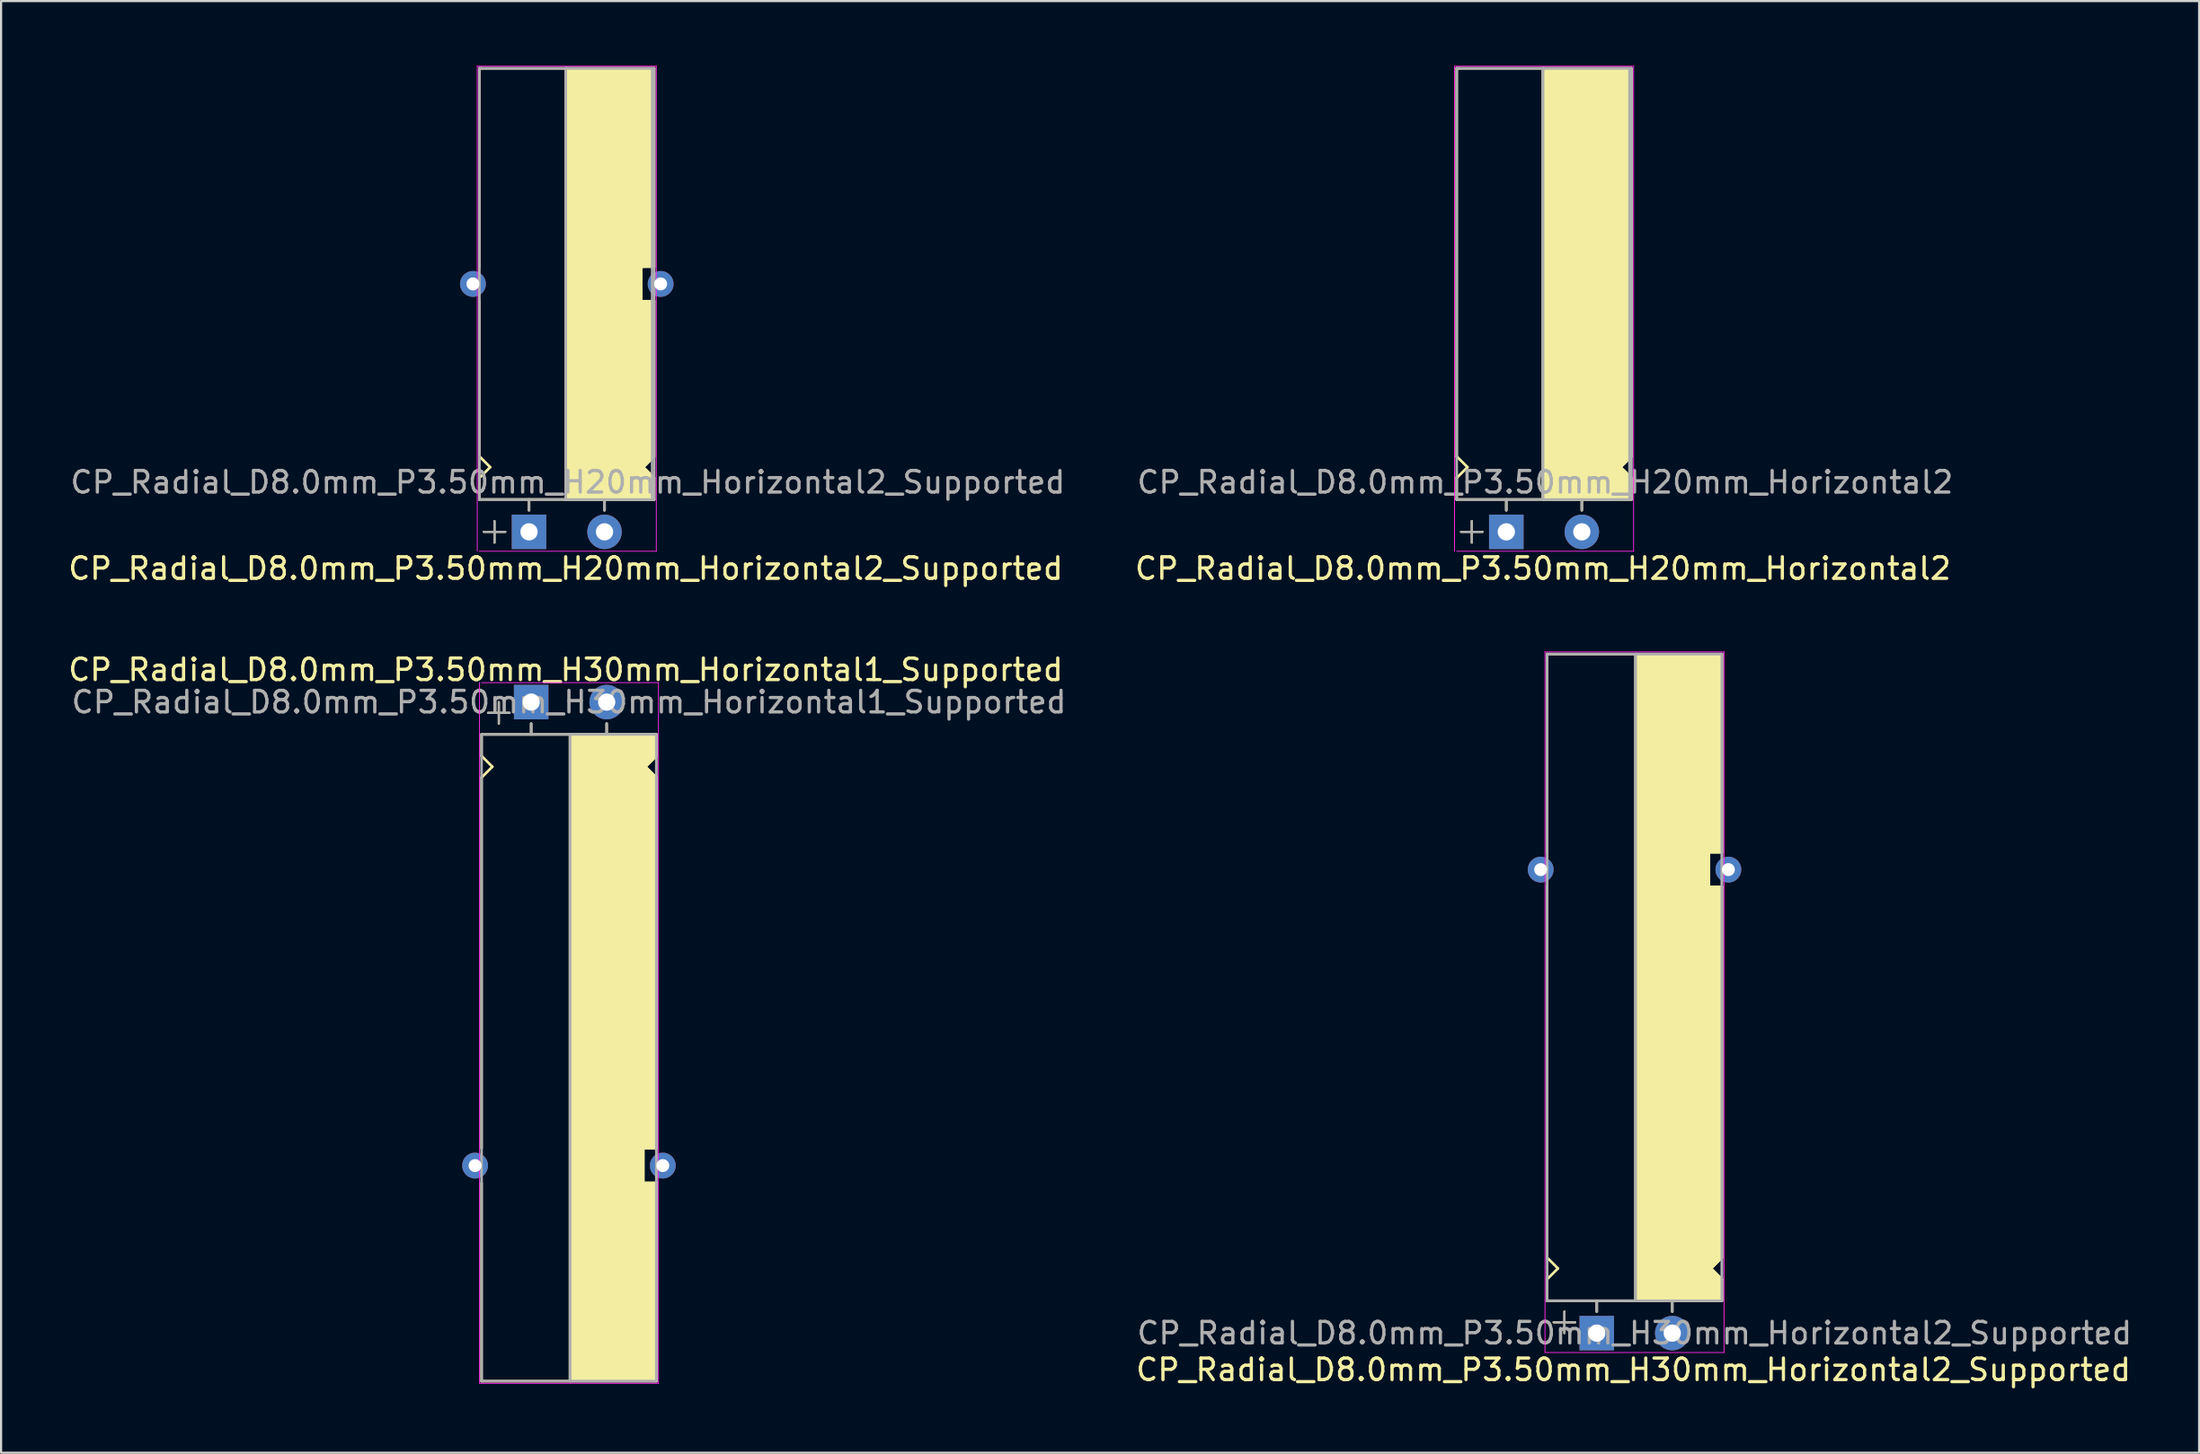
<source format=kicad_pcb>
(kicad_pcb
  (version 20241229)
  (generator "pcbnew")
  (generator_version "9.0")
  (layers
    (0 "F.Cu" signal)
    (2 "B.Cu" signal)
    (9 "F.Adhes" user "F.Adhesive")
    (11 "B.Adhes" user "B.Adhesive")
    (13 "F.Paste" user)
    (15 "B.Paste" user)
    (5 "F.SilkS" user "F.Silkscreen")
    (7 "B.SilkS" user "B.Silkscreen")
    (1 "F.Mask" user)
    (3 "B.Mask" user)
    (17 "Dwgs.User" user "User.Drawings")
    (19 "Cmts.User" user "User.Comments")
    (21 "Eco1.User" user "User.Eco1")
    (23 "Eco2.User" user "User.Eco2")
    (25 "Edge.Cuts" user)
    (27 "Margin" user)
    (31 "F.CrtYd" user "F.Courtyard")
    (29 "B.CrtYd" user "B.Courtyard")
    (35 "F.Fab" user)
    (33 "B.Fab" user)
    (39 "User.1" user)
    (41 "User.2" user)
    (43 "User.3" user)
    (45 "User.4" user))
  (footprint "CP_Radial_D8.0mm_P3.50mm_H20mm_Horizontal2_Supported"
    (layer "F.Cu")
    (at 21.473 21.62)
    (property "Reference" "CP_Radial_D8.0mm_P3.50mm_H20mm_Horizontal2_Supported" (at 1.7 1.7 0) (layer "F.SilkS") (effects (font (size 1 1) (thickness 0.15))))
    (attr through_hole)
    (fp_line (start -2.3 -21.5) (end -2.3 -12.3) (stroke (width 0.12) (type solid)) (layer "F.SilkS"))
    (fp_line (start -2.3 -21.5) (end -2.2 -21.5) (stroke (width 0.12) (type solid)) (layer "F.SilkS"))
    (fp_line (start -2.3 -3.5) (end -2.3 -10.7) (stroke (width 0.12) (type solid)) (layer "F.SilkS"))
    (fp_line (start -2.3 -3.5) (end -1.8 -3) (stroke (width 0.12) (type solid)) (layer "F.SilkS"))
    (fp_line (start -2.3 -2.5) (end -2.3 -1.5) (stroke (width 0.12) (type solid)) (layer "F.SilkS"))
    (fp_line (start -2.1 0) (end -1.1 0) (stroke (width 0.1) (type solid)) (layer "F.SilkS"))
    (fp_line (start -1.8 -3) (end -2.3 -2.5) (stroke (width 0.12) (type solid)) (layer "F.SilkS"))
    (fp_line (start -1.6 0.5) (end -1.6 -0.5) (stroke (width 0.1) (type solid)) (layer "F.SilkS"))
    (fp_line (start 0 -1) (end 0 -1.5) (stroke (width 0.12) (type solid)) (layer "F.SilkS"))
    (fp_line (start 1.7 -21.5) (end 1.7 -1.5) (stroke (width 0.12) (type solid)) (layer "F.SilkS"))
    (fp_line (start 3.5 -1) (end 3.5 -1.5) (stroke (width 0.12) (type solid)) (layer "F.SilkS"))
    (fp_line (start 5.2 -12.3) (end 5.2 -10.7) (stroke (width 0.12) (type solid)) (layer "F.SilkS"))
    (fp_line (start 5.2 -10.7) (end 5.8 -10.7) (stroke (width 0.12) (type solid)) (layer "F.SilkS"))
    (fp_line (start 5.3 -12.3) (end 5.2 -12.3) (stroke (width 0.12) (type solid)) (layer "F.SilkS"))
    (fp_line (start 5.3 -3) (end 5.8 -2.5) (stroke (width 0.12) (type solid)) (layer "F.SilkS"))
    (fp_line (start 5.8 -21.5) (end -2.2 -21.5) (stroke (width 0.12) (type solid)) (layer "F.SilkS"))
    (fp_line (start 5.8 -21.5) (end 5.8 -12.3) (stroke (width 0.12) (type solid)) (layer "F.SilkS"))
    (fp_line (start 5.8 -12.3) (end 5.3 -12.3) (stroke (width 0.12) (type solid)) (layer "F.SilkS"))
    (fp_line (start 5.8 -3.5) (end 5.3 -3) (stroke (width 0.12) (type solid)) (layer "F.SilkS"))
    (fp_line (start 5.8 -3.5) (end 5.8 -10.7) (stroke (width 0.12) (type solid)) (layer "F.SilkS"))
    (fp_line (start 5.8 -2.5) (end 5.8 -1.5) (stroke (width 0.12) (type solid)) (layer "F.SilkS"))
    (fp_line (start 5.8 -1.5) (end -2.3 -1.5) (stroke (width 0.12) (type solid)) (layer "F.SilkS"))
    (fp_poly (pts (xy 5.8 -12.3) (xy 5.2 -12.3) (xy 5.2 -10.7) (xy 5.8 -10.7) (xy 5.8 -3.5) (xy 5.3 -3) (xy 5.8 -2.5) (xy 5.8 -1.5) (xy 1.7 -1.5) (xy 1.7 -21.5) (xy 5.8 -21.5)) (stroke (width 0.1) (type solid)) (fill yes) (layer "F.SilkS"))
    (fp_line (start -2.4 -21.6) (end 5.9 -21.6) (stroke (width 0.04) (type solid)) (layer "F.CrtYd"))
    (fp_line (start -2.4 0.9) (end -2.4 -21.6) (stroke (width 0.04) (type solid)) (layer "F.CrtYd"))
    (fp_line (start -2.3 0.9) (end 5.9 0.9) (stroke (width 0.04) (type solid)) (layer "F.CrtYd"))
    (fp_line (start 5.9 -21.6) (end 5.9 -1.5) (stroke (width 0.04) (type solid)) (layer "F.CrtYd"))
    (fp_line (start 5.9 -1.5) (end 5.9 0.9) (stroke (width 0.04) (type solid)) (layer "F.CrtYd"))
    (fp_line (start -2.3 -21.5) (end 5.8 -21.5) (stroke (width 0.12) (type solid)) (layer "F.Fab"))
    (fp_line (start -2.3 -1.5) (end -2.3 -21.5) (stroke (width 0.12) (type solid)) (layer "F.Fab"))
    (fp_line (start -2.1 0) (end -1.1 0) (stroke (width 0.1) (type solid)) (layer "F.Fab"))
    (fp_line (start -1.6 0.5) (end -1.6 -0.5) (stroke (width 0.1) (type solid)) (layer "F.Fab"))
    (fp_line (start 0 -1.5) (end 0 -1) (stroke (width 0.12) (type solid)) (layer "F.Fab"))
    (fp_line (start 1.7 -1.5) (end 1.7 -21.5) (stroke (width 0.12) (type solid)) (layer "F.Fab"))
    (fp_line (start 3.5 -1.5) (end 3.5 -1) (stroke (width 0.12) (type solid)) (layer "F.Fab"))
    (fp_line (start 5.8 -21.5) (end 5.8 -1.5) (stroke (width 0.12) (type solid)) (layer "F.Fab"))
    (fp_line (start 5.8 -1.5) (end -2.3 -1.5) (stroke (width 0.12) (type solid)) (layer "F.Fab"))
    (fp_poly (pts (xy 1.7 -21.5) (xy 5.7 -21.5) (xy 5.7 -1.5) (xy 1.7 -1.5)) (stroke (width 0.1) (type solid)) (fill no) (layer "F.Fab"))
    (fp_text user "${REFERENCE}" (at 1.8 -2.3 0) (layer "F.Fab") (effects (font (size 1 1) (thickness 0.15))))
    (pad "" thru_hole circle (at -2.6 -11.5 180) (size 1.2 1.2) (drill 0.6) (layers "*.Cu" "*.Mask"))
    (pad "" thru_hole circle (at 6.1 -11.5 180) (size 1.2 1.2) (drill 0.6) (layers "*.Cu" "*.Mask"))
    (pad "1" thru_hole rect (at 0 0) (size 1.6 1.6) (drill 0.8) (layers "*.Cu" "*.Mask"))
    (pad "2" thru_hole circle (at 3.5 0) (size 1.6 1.6) (drill 0.8) (layers "*.Cu" "*.Mask")))
  (footprint "CP_Radial_D8.0mm_P3.50mm_H30mm_Horizontal2_Supported"
    (layer "F.Cu")
    (at 70.968 58.788)
    (property "Reference" "CP_Radial_D8.0mm_P3.50mm_H30mm_Horizontal2_Supported" (at 1.7 1.7 0) (layer "F.SilkS") (effects (font (size 1 1) (thickness 0.15))))
    (attr through_hole)
    (fp_line (start -2.3 -31.5) (end 5.8 -31.5) (stroke (width 0.12) (type solid)) (layer "F.SilkS"))
    (fp_line (start -2.3 -22.3) (end -2.3 -31.5) (stroke (width 0.12) (type solid)) (layer "F.SilkS"))
    (fp_line (start -2.3 -3.5) (end -2.3 -20.7) (stroke (width 0.12) (type solid)) (layer "F.SilkS"))
    (fp_line (start -2.3 -3.5) (end -1.8 -3) (stroke (width 0.12) (type solid)) (layer "F.SilkS"))
    (fp_line (start -2.3 -2.5) (end -2.3 -1.5) (stroke (width 0.12) (type solid)) (layer "F.SilkS"))
    (fp_line (start -2.3 -1.5) (end 5.8 -1.5) (stroke (width 0.12) (type solid)) (layer "F.SilkS"))
    (fp_line (start -2 -0.5) (end -1 -0.5) (stroke (width 0.1) (type solid)) (layer "F.SilkS"))
    (fp_line (start -1.8 -3) (end -2.3 -2.5) (stroke (width 0.12) (type solid)) (layer "F.SilkS"))
    (fp_line (start -1.5 0) (end -1.5 -1) (stroke (width 0.1) (type solid)) (layer "F.SilkS"))
    (fp_line (start 0 -1) (end 0 -1.5) (stroke (width 0.12) (type solid)) (layer "F.SilkS"))
    (fp_line (start 1.8 -31.5) (end 1.8 -1.5) (stroke (width 0.12) (type solid)) (layer "F.SilkS"))
    (fp_line (start 3.5 -1) (end 3.5 -1.5) (stroke (width 0.12) (type solid)) (layer "F.SilkS"))
    (fp_line (start 5.2 -22.3) (end 5.2 -20.7) (stroke (width 0.12) (type solid)) (layer "F.SilkS"))
    (fp_line (start 5.2 -20.7) (end 5.8 -20.7) (stroke (width 0.12) (type solid)) (layer "F.SilkS"))
    (fp_line (start 5.3 -3) (end 5.8 -2.5) (stroke (width 0.12) (type solid)) (layer "F.SilkS"))
    (fp_line (start 5.8 -22.3) (end 5.2 -22.3) (stroke (width 0.12) (type solid)) (layer "F.SilkS"))
    (fp_line (start 5.8 -22.3) (end 5.8 -31.5) (stroke (width 0.12) (type solid)) (layer "F.SilkS"))
    (fp_line (start 5.8 -3.5) (end 5.3 -3) (stroke (width 0.12) (type solid)) (layer "F.SilkS"))
    (fp_line (start 5.8 -3.5) (end 5.8 -20.7) (stroke (width 0.12) (type solid)) (layer "F.SilkS"))
    (fp_line (start 5.8 -2.5) (end 5.8 -1.5) (stroke (width 0.12) (type solid)) (layer "F.SilkS"))
    (fp_poly (pts (xy 5.8 -22.3) (xy 5.2 -22.3) (xy 5.2 -20.7) (xy 5.8 -20.7) (xy 5.8 -3.5) (xy 5.3 -3) (xy 5.8 -2.5) (xy 5.8 -1.5) (xy 1.8 -1.5) (xy 1.8 -31.5) (xy 5.8 -31.5)) (stroke (width 0.1) (type solid)) (fill yes) (layer "F.SilkS"))
    (fp_line (start -2.4 -31.6) (end -2.4 -1.5) (stroke (width 0.04) (type solid)) (layer "F.CrtYd"))
    (fp_line (start -2.4 -1.5) (end -2.4 0.9) (stroke (width 0.04) (type solid)) (layer "F.CrtYd"))
    (fp_line (start -2.4 0.9) (end 5.9 0.9) (stroke (width 0.04) (type solid)) (layer "F.CrtYd"))
    (fp_line (start 5.9 -31.6) (end -2.4 -31.6) (stroke (width 0.04) (type solid)) (layer "F.CrtYd"))
    (fp_line (start 5.9 0.9) (end 5.9 -31.6) (stroke (width 0.04) (type solid)) (layer "F.CrtYd"))
    (fp_line (start -2.3 -31.5) (end -2.3 -1.5) (stroke (width 0.12) (type solid)) (layer "F.Fab"))
    (fp_line (start -2.3 -1.5) (end 5.8 -1.5) (stroke (width 0.12) (type solid)) (layer "F.Fab"))
    (fp_line (start -2 -0.5) (end -1 -0.5) (stroke (width 0.1) (type solid)) (layer "F.Fab"))
    (fp_line (start -1.5 0) (end -1.5 -1) (stroke (width 0.1) (type solid)) (layer "F.Fab"))
    (fp_line (start 0 -1.5) (end 0 -1) (stroke (width 0.12) (type solid)) (layer "F.Fab"))
    (fp_line (start 1.8 -1.5) (end 1.8 -31.5) (stroke (width 0.12) (type solid)) (layer "F.Fab"))
    (fp_line (start 3.5 -1.5) (end 3.5 -1) (stroke (width 0.12) (type solid)) (layer "F.Fab"))
    (fp_line (start 5.8 -31.5) (end -2.3 -31.5) (stroke (width 0.12) (type solid)) (layer "F.Fab"))
    (fp_line (start 5.8 -1.5) (end 5.8 -31.5) (stroke (width 0.12) (type solid)) (layer "F.Fab"))
    (fp_poly (pts (xy 5.8 -31.5) (xy 1.8 -31.5) (xy 1.8 -1.5) (xy 5.8 -1.5)) (stroke (width 0.1) (type solid)) (fill no) (layer "F.Fab"))
    (fp_text user "${REFERENCE}" (at 1.75 0 0) (layer "F.Fab") (effects (font (size 1 1) (thickness 0.15))))
    (pad "" thru_hole circle (at -2.6 -21.5 180) (size 1.2 1.2) (drill 0.6) (layers "*.Cu" "*.Mask"))
    (pad "" thru_hole circle (at 6.1 -21.5 180) (size 1.2 1.2) (drill 0.6) (layers "*.Cu" "*.Mask"))
    (pad "1" thru_hole rect (at 0 0) (size 1.6 1.6) (drill 0.8) (layers "*.Cu" "*.Mask"))
    (pad "2" thru_hole circle (at 3.5 0) (size 1.6 1.6) (drill 0.8) (layers "*.Cu" "*.Mask")))
  (footprint "CP_Radial_D8.0mm_P3.50mm_H20mm_Horizontal2"
    (layer "F.Cu")
    (at 66.775 21.62)
    (property "Reference" "CP_Radial_D8.0mm_P3.50mm_H20mm_Horizontal2" (at 1.7 1.7 0) (layer "F.SilkS") (effects (font (size 1 1) (thickness 0.15))))
    (attr through_hole)
    (fp_line (start -2.3 -21.5) (end -2.2 -21.5) (stroke (width 0.12) (type solid)) (layer "F.SilkS"))
    (fp_line (start -2.3 -3.5) (end -2.3 -21.5) (stroke (width 0.12) (type solid)) (layer "F.SilkS"))
    (fp_line (start -2.3 -2.5) (end -1.8 -3) (stroke (width 0.12) (type solid)) (layer "F.SilkS"))
    (fp_line (start -2.3 -1.5) (end -2.3 -2.5) (stroke (width 0.12) (type solid)) (layer "F.SilkS"))
    (fp_line (start -2.1 0) (end -1.1 0) (stroke (width 0.1) (type solid)) (layer "F.SilkS"))
    (fp_line (start -1.8 -3) (end -2.3 -3.5) (stroke (width 0.12) (type solid)) (layer "F.SilkS"))
    (fp_line (start -1.6 0.5) (end -1.6 -0.5) (stroke (width 0.1) (type solid)) (layer "F.SilkS"))
    (fp_line (start 0 -1) (end 0 -1.5) (stroke (width 0.12) (type solid)) (layer "F.SilkS"))
    (fp_line (start 1.7 -21.5) (end 1.7 -1.5) (stroke (width 0.12) (type solid)) (layer "F.SilkS"))
    (fp_line (start 3.5 -1) (end 3.5 -1.5) (stroke (width 0.12) (type solid)) (layer "F.SilkS"))
    (fp_line (start 5.3 -3) (end 5.8 -3.5) (stroke (width 0.12) (type solid)) (layer "F.SilkS"))
    (fp_line (start 5.8 -21.5) (end -2.2 -21.5) (stroke (width 0.12) (type solid)) (layer "F.SilkS"))
    (fp_line (start 5.8 -3.5) (end 5.8 -21.5) (stroke (width 0.12) (type solid)) (layer "F.SilkS"))
    (fp_line (start 5.8 -2.5) (end 5.3 -3) (stroke (width 0.12) (type solid)) (layer "F.SilkS"))
    (fp_line (start 5.8 -1.5) (end -2.3 -1.5) (stroke (width 0.12) (type solid)) (layer "F.SilkS"))
    (fp_line (start 5.8 -1.5) (end 5.8 -2.5) (stroke (width 0.12) (type solid)) (layer "F.SilkS"))
    (fp_poly (pts (xy 5.8 -3.5) (xy 5.3 -3) (xy 5.8 -2.5) (xy 5.8 -1.5) (xy 1.7 -1.5) (xy 1.7 -21.5) (xy 5.8 -21.5)) (stroke (width 0.1) (type solid)) (fill yes) (layer "F.SilkS"))
    (fp_line (start -2.4 -21.6) (end 5.9 -21.6) (stroke (width 0.04) (type solid)) (layer "F.CrtYd"))
    (fp_line (start -2.4 0.9) (end -2.4 -21.6) (stroke (width 0.04) (type solid)) (layer "F.CrtYd"))
    (fp_line (start -2.3 0.9) (end 5.9 0.9) (stroke (width 0.04) (type solid)) (layer "F.CrtYd"))
    (fp_line (start 5.9 -21.6) (end 5.9 -1.5) (stroke (width 0.04) (type solid)) (layer "F.CrtYd"))
    (fp_line (start 5.9 -1.5) (end 5.9 0.9) (stroke (width 0.04) (type solid)) (layer "F.CrtYd"))
    (fp_line (start -2.3 -21.5) (end 5.8 -21.5) (stroke (width 0.12) (type solid)) (layer "F.Fab"))
    (fp_line (start -2.3 -1.5) (end -2.3 -21.5) (stroke (width 0.12) (type solid)) (layer "F.Fab"))
    (fp_line (start -2.1 0) (end -1.1 0) (stroke (width 0.1) (type solid)) (layer "F.Fab"))
    (fp_line (start -1.6 0.5) (end -1.6 -0.5) (stroke (width 0.1) (type solid)) (layer "F.Fab"))
    (fp_line (start 0 -1.5) (end 0 -1) (stroke (width 0.12) (type solid)) (layer "F.Fab"))
    (fp_line (start 1.7 -1.5) (end 1.7 -21.5) (stroke (width 0.12) (type solid)) (layer "F.Fab"))
    (fp_line (start 3.5 -1.5) (end 3.5 -1) (stroke (width 0.12) (type solid)) (layer "F.Fab"))
    (fp_line (start 5.8 -21.5) (end 5.8 -1.5) (stroke (width 0.12) (type solid)) (layer "F.Fab"))
    (fp_line (start 5.8 -1.5) (end -2.3 -1.5) (stroke (width 0.12) (type solid)) (layer "F.Fab"))
    (fp_poly (pts (xy 1.7 -21.5) (xy 5.7 -21.5) (xy 5.7 -1.5) (xy 1.7 -1.5)) (stroke (width 0.1) (type solid)) (fill no) (layer "F.Fab"))
    (fp_text user "${REFERENCE}" (at 1.8 -2.3 0) (layer "F.Fab") (effects (font (size 1 1) (thickness 0.15))))
    (pad "1" thru_hole rect (at 0 0) (size 1.6 1.6) (drill 0.8) (layers "*.Cu" "*.Mask"))
    (pad "2" thru_hole circle (at 3.5 0) (size 1.6 1.6) (drill 0.8) (layers "*.Cu" "*.Mask")))
  (footprint "CP_Radial_D8.0mm_P3.50mm_H30mm_Horizontal1_Supported"
    (layer "F.Cu")
    (at 21.573 29.517)
    (property "Reference" "CP_Radial_D8.0mm_P3.50mm_H30mm_Horizontal1_Supported" (at 1.6 -1.5 0) (layer "F.SilkS") (effects (font (size 1 1) (thickness 0.15))))
    (attr through_hole)
    (fp_line (start -2.3 1.5) (end 5.8 1.5) (stroke (width 0.12) (type solid)) (layer "F.SilkS"))
    (fp_line (start -2.3 2.5) (end -2.3 1.5) (stroke (width 0.12) (type solid)) (layer "F.SilkS"))
    (fp_line (start -2.3 3.5) (end -2.3 20.7) (stroke (width 0.12) (type solid)) (layer "F.SilkS"))
    (fp_line (start -2.3 3.5) (end -1.8 3) (stroke (width 0.12) (type solid)) (layer "F.SilkS"))
    (fp_line (start -2.3 22.3) (end -2.3 31.5) (stroke (width 0.12) (type solid)) (layer "F.SilkS"))
    (fp_line (start -2.3 31.5) (end 5.8 31.5) (stroke (width 0.12) (type solid)) (layer "F.SilkS"))
    (fp_line (start -2 0.5) (end -1 0.5) (stroke (width 0.1) (type solid)) (layer "F.SilkS"))
    (fp_line (start -1.8 3) (end -2.3 2.5) (stroke (width 0.12) (type solid)) (layer "F.SilkS"))
    (fp_line (start -1.5 1) (end -1.5 0) (stroke (width 0.1) (type solid)) (layer "F.SilkS"))
    (fp_line (start 0 1) (end 0 1.5) (stroke (width 0.12) (type solid)) (layer "F.SilkS"))
    (fp_line (start 1.8 31.5) (end 1.8 1.5) (stroke (width 0.12) (type solid)) (layer "F.SilkS"))
    (fp_line (start 3.5 1) (end 3.5 1.5) (stroke (width 0.12) (type solid)) (layer "F.SilkS"))
    (fp_line (start 5.2 20.7) (end 5.8 20.7) (stroke (width 0.12) (type solid)) (layer "F.SilkS"))
    (fp_line (start 5.2 22.3) (end 5.2 20.7) (stroke (width 0.12) (type solid)) (layer "F.SilkS"))
    (fp_line (start 5.3 3) (end 5.8 2.5) (stroke (width 0.12) (type solid)) (layer "F.SilkS"))
    (fp_line (start 5.8 2.5) (end 5.8 1.5) (stroke (width 0.12) (type solid)) (layer "F.SilkS"))
    (fp_line (start 5.8 3.5) (end 5.3 3) (stroke (width 0.12) (type solid)) (layer "F.SilkS"))
    (fp_line (start 5.8 3.5) (end 5.8 20.7) (stroke (width 0.12) (type solid)) (layer "F.SilkS"))
    (fp_line (start 5.8 22.3) (end 5.2 22.3) (stroke (width 0.12) (type solid)) (layer "F.SilkS"))
    (fp_line (start 5.8 22.3) (end 5.8 31.5) (stroke (width 0.12) (type solid)) (layer "F.SilkS"))
    (fp_poly (pts (xy 5.8 2.5) (xy 5.3 3) (xy 5.8 3.5) (xy 5.8 20.7) (xy 5.2 20.7) (xy 5.2 22.3) (xy 5.8 22.3) (xy 5.8 31.5) (xy 1.8 31.5) (xy 1.8 1.5) (xy 5.8 1.5)) (stroke (width 0.1) (type solid)) (fill yes) (layer "F.SilkS"))
    (fp_line (start -2.4 1.5) (end -2.4 -0.9) (stroke (width 0.04) (type solid)) (layer "F.CrtYd"))
    (fp_line (start -2.4 31.6) (end -2.4 1.5) (stroke (width 0.04) (type solid)) (layer "F.CrtYd"))
    (fp_line (start -2.3 -0.9) (end 5.9 -0.9) (stroke (width 0.04) (type solid)) (layer "F.CrtYd"))
    (fp_line (start 5.9 -0.9) (end 5.9 31.6) (stroke (width 0.04) (type solid)) (layer "F.CrtYd"))
    (fp_line (start 5.9 31.6) (end -2.4 31.6) (stroke (width 0.04) (type solid)) (layer "F.CrtYd"))
    (fp_line (start -2.3 1.5) (end 5.8 1.5) (stroke (width 0.12) (type solid)) (layer "F.Fab"))
    (fp_line (start -2.3 31.5) (end -2.3 1.5) (stroke (width 0.12) (type solid)) (layer "F.Fab"))
    (fp_line (start -2 0.5) (end -1 0.5) (stroke (width 0.1) (type solid)) (layer "F.Fab"))
    (fp_line (start -1.5 1) (end -1.5 0) (stroke (width 0.1) (type solid)) (layer "F.Fab"))
    (fp_line (start 0 1.5) (end 0 1) (stroke (width 0.12) (type solid)) (layer "F.Fab"))
    (fp_line (start 1.8 1.5) (end 1.8 31.5) (stroke (width 0.12) (type solid)) (layer "F.Fab"))
    (fp_line (start 3.5 1.5) (end 3.5 1) (stroke (width 0.12) (type solid)) (layer "F.Fab"))
    (fp_line (start 5.8 1.5) (end 5.8 31.5) (stroke (width 0.12) (type solid)) (layer "F.Fab"))
    (fp_line (start 5.8 31.5) (end -2.3 31.5) (stroke (width 0.12) (type solid)) (layer "F.Fab"))
    (fp_poly (pts (xy 5.8 31.5) (xy 1.8 31.5) (xy 1.8 1.5) (xy 5.8 1.5)) (stroke (width 0.1) (type solid)) (fill no) (layer "F.Fab"))
    (fp_text user "${REFERENCE}" (at 1.75 0 0) (layer "F.Fab") (effects (font (size 1 1) (thickness 0.15))))
    (pad "" thru_hole circle (at -2.6 21.5) (size 1.2 1.2) (drill 0.6) (layers "*.Cu" "*.Mask"))
    (pad "" thru_hole circle (at 6.1 21.5) (size 1.2 1.2) (drill 0.6) (layers "*.Cu" "*.Mask"))
    (pad "1" thru_hole rect (at 0 0) (size 1.6 1.6) (drill 0.8) (layers "*.Cu" "*.Mask"))
    (pad "2" thru_hole circle (at 3.5 0) (size 1.6 1.6) (drill 0.8) (layers "*.Cu" "*.Mask")))
  (gr_rect
    (start -3 -3)
    (end 98.89 64.337)
    (stroke (width 0.1) (type default))
    (fill no)
    (layer "Edge.Cuts")))
</source>
